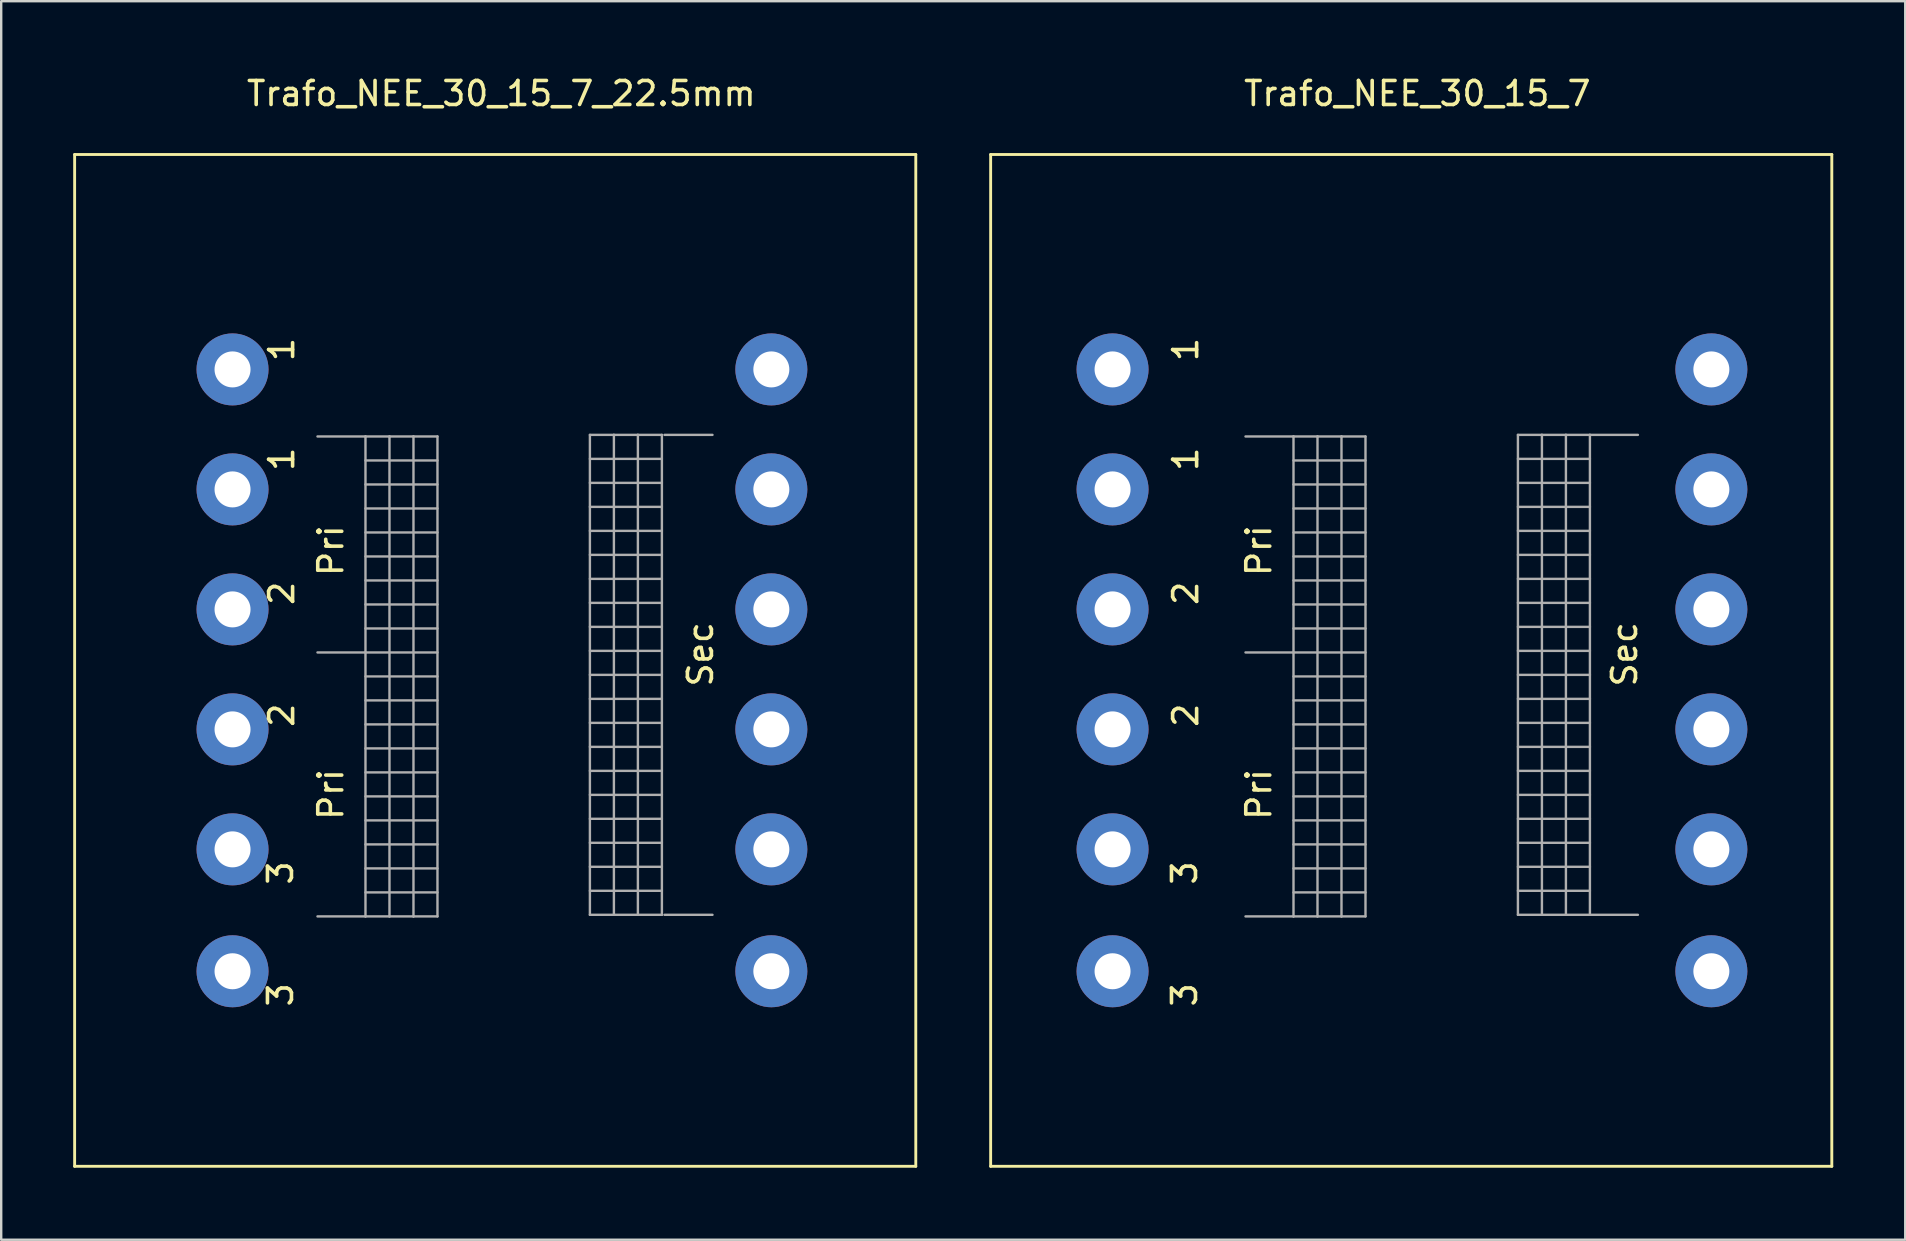
<source format=kicad_pcb>
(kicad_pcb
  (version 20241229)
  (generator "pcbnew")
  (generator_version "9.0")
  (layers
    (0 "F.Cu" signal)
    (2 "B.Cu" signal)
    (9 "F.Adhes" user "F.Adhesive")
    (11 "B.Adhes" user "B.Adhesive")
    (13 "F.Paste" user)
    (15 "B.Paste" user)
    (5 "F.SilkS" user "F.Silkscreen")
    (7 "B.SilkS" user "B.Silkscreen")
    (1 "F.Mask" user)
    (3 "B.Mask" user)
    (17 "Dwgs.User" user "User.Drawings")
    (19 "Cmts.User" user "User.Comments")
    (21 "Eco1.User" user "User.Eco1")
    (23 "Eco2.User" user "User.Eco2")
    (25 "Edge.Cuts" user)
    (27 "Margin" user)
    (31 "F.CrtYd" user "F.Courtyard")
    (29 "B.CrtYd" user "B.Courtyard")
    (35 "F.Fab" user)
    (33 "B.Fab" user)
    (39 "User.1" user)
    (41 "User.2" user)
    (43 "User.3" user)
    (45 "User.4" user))
  (footprint "Trafo_NEE_30_15_7"
    (layer "F.Cu")
    (at 43.312 37.424)
    (property "Reference" "Trafo_NEE_30_15_7" (at 12.7 -36.576 0) (layer "F.SilkS") (effects (font (size 1 1) (thickness 0.15))))
    (attr through_hole)
    (fp_line (start -5.08 -34.036) (end -5.08 8.128) (stroke (width 0.12) (type solid)) (layer "F.SilkS"))
    (fp_line (start -5.08 8.128) (end 29.972 8.128) (stroke (width 0.12) (type solid)) (layer "F.SilkS"))
    (fp_line (start 29.972 -34.036) (end -5.08 -34.036) (stroke (width 0.12) (type solid)) (layer "F.SilkS"))
    (fp_line (start 29.972 8.128) (end 29.972 -34.036) (stroke (width 0.12) (type solid)) (layer "F.SilkS"))
    (fp_line (start 5.54 -22.286) (end 7.54 -22.286) (stroke (width 0.1) (type solid)) (layer "F.Fab"))
    (fp_line (start 5.54 -13.286) (end 7.54 -13.286) (stroke (width 0.1) (type solid)) (layer "F.Fab"))
    (fp_line (start 7.54 -22.286) (end 7.54 -2.286) (stroke (width 0.1) (type solid)) (layer "F.Fab"))
    (fp_line (start 7.54 -22.286) (end 8.54 -22.286) (stroke (width 0.1) (type solid)) (layer "F.Fab"))
    (fp_line (start 7.54 -21.286) (end 10.54 -21.286) (stroke (width 0.1) (type solid)) (layer "F.Fab"))
    (fp_line (start 7.54 -19.286) (end 10.54 -19.286) (stroke (width 0.1) (type solid)) (layer "F.Fab"))
    (fp_line (start 7.54 -17.286) (end 10.54 -17.286) (stroke (width 0.1) (type solid)) (layer "F.Fab"))
    (fp_line (start 7.54 -15.286) (end 10.54 -15.286) (stroke (width 0.1) (type solid)) (layer "F.Fab"))
    (fp_line (start 7.54 -13.286) (end 10.54 -13.286) (stroke (width 0.1) (type solid)) (layer "F.Fab"))
    (fp_line (start 7.54 -11.286) (end 10.54 -11.286) (stroke (width 0.1) (type solid)) (layer "F.Fab"))
    (fp_line (start 7.54 -9.286) (end 10.54 -9.286) (stroke (width 0.1) (type solid)) (layer "F.Fab"))
    (fp_line (start 7.54 -7.286) (end 10.54 -7.286) (stroke (width 0.1) (type solid)) (layer "F.Fab"))
    (fp_line (start 7.54 -5.286) (end 10.54 -5.286) (stroke (width 0.1) (type solid)) (layer "F.Fab"))
    (fp_line (start 7.54 -3.286) (end 10.54 -3.286) (stroke (width 0.1) (type solid)) (layer "F.Fab"))
    (fp_line (start 7.54 -2.286) (end 5.54 -2.286) (stroke (width 0.1) (type solid)) (layer "F.Fab"))
    (fp_line (start 8.54 -22.286) (end 8.54 -2.286) (stroke (width 0.1) (type solid)) (layer "F.Fab"))
    (fp_line (start 8.54 -22.286) (end 9.54 -22.286) (stroke (width 0.1) (type solid)) (layer "F.Fab"))
    (fp_line (start 8.54 -2.286) (end 7.54 -2.286) (stroke (width 0.1) (type solid)) (layer "F.Fab"))
    (fp_line (start 9.54 -22.286) (end 9.54 -2.286) (stroke (width 0.1) (type solid)) (layer "F.Fab"))
    (fp_line (start 9.54 -22.286) (end 10.54 -22.286) (stroke (width 0.1) (type solid)) (layer "F.Fab"))
    (fp_line (start 9.54 -2.286) (end 8.54 -2.286) (stroke (width 0.1) (type solid)) (layer "F.Fab"))
    (fp_line (start 10.54 -22.286) (end 10.54 -2.286) (stroke (width 0.1) (type solid)) (layer "F.Fab"))
    (fp_line (start 10.54 -20.286) (end 7.54 -20.286) (stroke (width 0.1) (type solid)) (layer "F.Fab"))
    (fp_line (start 10.54 -18.286) (end 7.54 -18.286) (stroke (width 0.1) (type solid)) (layer "F.Fab"))
    (fp_line (start 10.54 -16.286) (end 7.54 -16.286) (stroke (width 0.1) (type solid)) (layer "F.Fab"))
    (fp_line (start 10.54 -14.286) (end 7.54 -14.286) (stroke (width 0.1) (type solid)) (layer "F.Fab"))
    (fp_line (start 10.54 -12.286) (end 7.54 -12.286) (stroke (width 0.1) (type solid)) (layer "F.Fab"))
    (fp_line (start 10.54 -10.286) (end 7.54 -10.286) (stroke (width 0.1) (type solid)) (layer "F.Fab"))
    (fp_line (start 10.54 -8.286) (end 7.54 -8.286) (stroke (width 0.1) (type solid)) (layer "F.Fab"))
    (fp_line (start 10.54 -6.286) (end 7.54 -6.286) (stroke (width 0.1) (type solid)) (layer "F.Fab"))
    (fp_line (start 10.54 -4.286) (end 7.54 -4.286) (stroke (width 0.1) (type solid)) (layer "F.Fab"))
    (fp_line (start 10.54 -2.286) (end 9.54 -2.286) (stroke (width 0.1) (type solid)) (layer "F.Fab"))
    (fp_line (start 16.892 -22.352) (end 17.892 -22.352) (stroke (width 0.1) (type solid)) (layer "F.Fab"))
    (fp_line (start 16.892 -20.352) (end 19.892 -20.352) (stroke (width 0.1) (type solid)) (layer "F.Fab"))
    (fp_line (start 16.892 -18.352) (end 19.892 -18.352) (stroke (width 0.1) (type solid)) (layer "F.Fab"))
    (fp_line (start 16.892 -16.352) (end 19.892 -16.352) (stroke (width 0.1) (type solid)) (layer "F.Fab"))
    (fp_line (start 16.892 -14.352) (end 19.892 -14.352) (stroke (width 0.1) (type solid)) (layer "F.Fab"))
    (fp_line (start 16.892 -12.352) (end 19.892 -12.352) (stroke (width 0.1) (type solid)) (layer "F.Fab"))
    (fp_line (start 16.892 -10.352) (end 19.892 -10.352) (stroke (width 0.1) (type solid)) (layer "F.Fab"))
    (fp_line (start 16.892 -8.352) (end 19.892 -8.352) (stroke (width 0.1) (type solid)) (layer "F.Fab"))
    (fp_line (start 16.892 -6.352) (end 19.892 -6.352) (stroke (width 0.1) (type solid)) (layer "F.Fab"))
    (fp_line (start 16.892 -4.352) (end 19.892 -4.352) (stroke (width 0.1) (type solid)) (layer "F.Fab"))
    (fp_line (start 16.892 -2.352) (end 16.892 -22.352) (stroke (width 0.1) (type solid)) (layer "F.Fab"))
    (fp_line (start 17.892 -22.352) (end 18.892 -22.352) (stroke (width 0.1) (type solid)) (layer "F.Fab"))
    (fp_line (start 17.892 -2.352) (end 16.892 -2.352) (stroke (width 0.1) (type solid)) (layer "F.Fab"))
    (fp_line (start 17.892 -2.352) (end 17.892 -22.352) (stroke (width 0.1) (type solid)) (layer "F.Fab"))
    (fp_line (start 18.892 -22.352) (end 19.892 -22.352) (stroke (width 0.1) (type solid)) (layer "F.Fab"))
    (fp_line (start 18.892 -2.352) (end 17.892 -2.352) (stroke (width 0.1) (type solid)) (layer "F.Fab"))
    (fp_line (start 18.892 -2.352) (end 18.892 -22.352) (stroke (width 0.1) (type solid)) (layer "F.Fab"))
    (fp_line (start 19.892 -22.352) (end 21.892 -22.352) (stroke (width 0.1) (type solid)) (layer "F.Fab"))
    (fp_line (start 19.892 -21.352) (end 16.892 -21.352) (stroke (width 0.1) (type solid)) (layer "F.Fab"))
    (fp_line (start 19.892 -19.352) (end 16.892 -19.352) (stroke (width 0.1) (type solid)) (layer "F.Fab"))
    (fp_line (start 19.892 -17.352) (end 16.892 -17.352) (stroke (width 0.1) (type solid)) (layer "F.Fab"))
    (fp_line (start 19.892 -15.352) (end 16.892 -15.352) (stroke (width 0.1) (type solid)) (layer "F.Fab"))
    (fp_line (start 19.892 -13.352) (end 16.892 -13.352) (stroke (width 0.1) (type solid)) (layer "F.Fab"))
    (fp_line (start 19.892 -11.352) (end 16.892 -11.352) (stroke (width 0.1) (type solid)) (layer "F.Fab"))
    (fp_line (start 19.892 -9.352) (end 16.892 -9.352) (stroke (width 0.1) (type solid)) (layer "F.Fab"))
    (fp_line (start 19.892 -7.352) (end 16.892 -7.352) (stroke (width 0.1) (type solid)) (layer "F.Fab"))
    (fp_line (start 19.892 -5.352) (end 16.892 -5.352) (stroke (width 0.1) (type solid)) (layer "F.Fab"))
    (fp_line (start 19.892 -3.352) (end 16.892 -3.352) (stroke (width 0.1) (type solid)) (layer "F.Fab"))
    (fp_line (start 19.892 -2.352) (end 18.892 -2.352) (stroke (width 0.1) (type solid)) (layer "F.Fab"))
    (fp_line (start 19.892 -2.352) (end 19.892 -22.352) (stroke (width 0.1) (type solid)) (layer "F.Fab"))
    (fp_line (start 21.892 -2.352) (end 19.892 -2.352) (stroke (width 0.1) (type solid)) (layer "F.Fab"))
    (fp_text user "3" (at 3 0.984 90) (layer "F.SilkS") (effects (font (size 1 1) (thickness 0.15))))
    (fp_text user "1" (at 3.048 -25.908 90) (layer "F.SilkS") (effects (font (size 1 1) (thickness 0.15))))
    (fp_text user "1" (at 3.048 -21.336 90) (layer "F.SilkS") (effects (font (size 1 1) (thickness 0.15))))
    (fp_text user "3" (at 3 -4.096 90) (layer "F.SilkS") (effects (font (size 1 1) (thickness 0.15))))
    (fp_text user "2" (at 3.048 -10.668 90) (layer "F.SilkS") (effects (font (size 1 1) (thickness 0.15))))
    (fp_text user "Pri" (at 6.096 -17.526 90) (layer "F.SilkS") (effects (font (size 1 1) (thickness 0.15))))
    (fp_text user "2" (at 3.048 -15.748 90) (layer "F.SilkS") (effects (font (size 1 1) (thickness 0.15))))
    (fp_text user "Pri" (at 6.096 -7.366 90) (layer "F.SilkS") (effects (font (size 1 1) (thickness 0.15))))
    (fp_text user "Sec" (at 21.336 -13.208 90) (layer "F.SilkS") (effects (font (size 1 1) (thickness 0.15))))
    (pad "1" thru_hole circle (at 0 -25.08) (size 3 3) (drill 1.5) (layers "*.Cu" "*.Mask"))
    (pad "1" thru_hole circle (at 0 -20.08) (size 3 3) (drill 1.5) (layers "*.Cu" "*.Mask"))
    (pad "2" thru_hole circle (at 0 -15.08) (size 3 3) (drill 1.5) (layers "*.Cu" "*.Mask"))
    (pad "2" thru_hole circle (at 0 -10.08) (size 3 3) (drill 1.5) (layers "*.Cu" "*.Mask"))
    (pad "3" thru_hole circle (at 0 -5.08) (size 3 3) (drill 1.5) (layers "*.Cu" "*.Mask"))
    (pad "3" thru_hole circle (at 0 0) (size 3 3) (drill 1.5) (layers "*.Cu" "*.Mask"))
    (pad "4" thru_hole circle (at 24.953 0) (size 3 3) (drill 1.5) (layers "*.Cu" "*.Mask"))
    (pad "5" thru_hole circle (at 24.953 -25.08) (size 3 3) (drill 1.5) (layers "*.Cu" "*.Mask"))
    (pad "~" thru_hole circle (at 24.953 -20.08) (size 3 3) (drill 1.5) (layers "*.Cu" "*.Mask"))
    (pad "~" thru_hole circle (at 24.953 -15.08) (size 3 3) (drill 1.5) (layers "*.Cu" "*.Mask"))
    (pad "~" thru_hole circle (at 24.953 -10.08) (size 3 3) (drill 1.5) (layers "*.Cu" "*.Mask"))
    (pad "~" thru_hole circle (at 24.953 -5.08) (size 3 3) (drill 1.5) (layers "*.Cu" "*.Mask")))
  (footprint "Trafo_NEE_30_15_7_22.5mm"
    (layer "F.Cu")
    (at 5.14 37.424)
    (property "Reference" "Trafo_NEE_30_15_7_22.5mm" (at 12.7 -36.576 0) (layer "F.SilkS") (effects (font (size 1 1) (thickness 0.15))))
    (attr through_hole)
    (fp_line (start -5.08 -34.036) (end -5.08 8.128) (stroke (width 0.12) (type solid)) (layer "F.SilkS"))
    (fp_line (start -5.08 8.128) (end 29.972 8.128) (stroke (width 0.12) (type solid)) (layer "F.SilkS"))
    (fp_line (start 29.972 -34.036) (end -5.08 -34.036) (stroke (width 0.12) (type solid)) (layer "F.SilkS"))
    (fp_line (start 29.972 8.128) (end 29.972 -34.036) (stroke (width 0.12) (type solid)) (layer "F.SilkS"))
    (fp_line (start 5.04 -22.286) (end 7.04 -22.286) (stroke (width 0.1) (type solid)) (layer "F.Fab"))
    (fp_line (start 5.04 -13.286) (end 7.04 -13.286) (stroke (width 0.1) (type solid)) (layer "F.Fab"))
    (fp_line (start 7.04 -22.286) (end 7.04 -2.286) (stroke (width 0.1) (type solid)) (layer "F.Fab"))
    (fp_line (start 7.04 -22.286) (end 8.04 -22.286) (stroke (width 0.1) (type solid)) (layer "F.Fab"))
    (fp_line (start 7.04 -21.286) (end 10.04 -21.286) (stroke (width 0.1) (type solid)) (layer "F.Fab"))
    (fp_line (start 7.04 -19.286) (end 10.04 -19.286) (stroke (width 0.1) (type solid)) (layer "F.Fab"))
    (fp_line (start 7.04 -17.286) (end 10.04 -17.286) (stroke (width 0.1) (type solid)) (layer "F.Fab"))
    (fp_line (start 7.04 -15.286) (end 10.04 -15.286) (stroke (width 0.1) (type solid)) (layer "F.Fab"))
    (fp_line (start 7.04 -13.286) (end 10.04 -13.286) (stroke (width 0.1) (type solid)) (layer "F.Fab"))
    (fp_line (start 7.04 -11.286) (end 10.04 -11.286) (stroke (width 0.1) (type solid)) (layer "F.Fab"))
    (fp_line (start 7.04 -9.286) (end 10.04 -9.286) (stroke (width 0.1) (type solid)) (layer "F.Fab"))
    (fp_line (start 7.04 -7.286) (end 10.04 -7.286) (stroke (width 0.1) (type solid)) (layer "F.Fab"))
    (fp_line (start 7.04 -5.286) (end 10.04 -5.286) (stroke (width 0.1) (type solid)) (layer "F.Fab"))
    (fp_line (start 7.04 -3.286) (end 10.04 -3.286) (stroke (width 0.1) (type solid)) (layer "F.Fab"))
    (fp_line (start 7.04 -2.286) (end 5.04 -2.286) (stroke (width 0.1) (type solid)) (layer "F.Fab"))
    (fp_line (start 8.04 -22.286) (end 8.04 -2.286) (stroke (width 0.1) (type solid)) (layer "F.Fab"))
    (fp_line (start 8.04 -22.286) (end 9.04 -22.286) (stroke (width 0.1) (type solid)) (layer "F.Fab"))
    (fp_line (start 8.04 -2.286) (end 7.04 -2.286) (stroke (width 0.1) (type solid)) (layer "F.Fab"))
    (fp_line (start 9.04 -22.286) (end 9.04 -2.286) (stroke (width 0.1) (type solid)) (layer "F.Fab"))
    (fp_line (start 9.04 -22.286) (end 10.04 -22.286) (stroke (width 0.1) (type solid)) (layer "F.Fab"))
    (fp_line (start 9.04 -2.286) (end 8.04 -2.286) (stroke (width 0.1) (type solid)) (layer "F.Fab"))
    (fp_line (start 10.04 -22.286) (end 10.04 -2.286) (stroke (width 0.1) (type solid)) (layer "F.Fab"))
    (fp_line (start 10.04 -20.286) (end 7.04 -20.286) (stroke (width 0.1) (type solid)) (layer "F.Fab"))
    (fp_line (start 10.04 -18.286) (end 7.04 -18.286) (stroke (width 0.1) (type solid)) (layer "F.Fab"))
    (fp_line (start 10.04 -16.286) (end 7.04 -16.286) (stroke (width 0.1) (type solid)) (layer "F.Fab"))
    (fp_line (start 10.04 -14.286) (end 7.04 -14.286) (stroke (width 0.1) (type solid)) (layer "F.Fab"))
    (fp_line (start 10.04 -12.286) (end 7.04 -12.286) (stroke (width 0.1) (type solid)) (layer "F.Fab"))
    (fp_line (start 10.04 -10.286) (end 7.04 -10.286) (stroke (width 0.1) (type solid)) (layer "F.Fab"))
    (fp_line (start 10.04 -8.286) (end 7.04 -8.286) (stroke (width 0.1) (type solid)) (layer "F.Fab"))
    (fp_line (start 10.04 -6.286) (end 7.04 -6.286) (stroke (width 0.1) (type solid)) (layer "F.Fab"))
    (fp_line (start 10.04 -4.286) (end 7.04 -4.286) (stroke (width 0.1) (type solid)) (layer "F.Fab"))
    (fp_line (start 10.04 -2.286) (end 9.04 -2.286) (stroke (width 0.1) (type solid)) (layer "F.Fab"))
    (fp_line (start 16.392 -22.352) (end 17.392 -22.352) (stroke (width 0.1) (type solid)) (layer "F.Fab"))
    (fp_line (start 16.392 -20.352) (end 19.392 -20.352) (stroke (width 0.1) (type solid)) (layer "F.Fab"))
    (fp_line (start 16.392 -18.352) (end 19.392 -18.352) (stroke (width 0.1) (type solid)) (layer "F.Fab"))
    (fp_line (start 16.392 -16.352) (end 19.392 -16.352) (stroke (width 0.1) (type solid)) (layer "F.Fab"))
    (fp_line (start 16.392 -14.352) (end 19.392 -14.352) (stroke (width 0.1) (type solid)) (layer "F.Fab"))
    (fp_line (start 16.392 -12.352) (end 19.392 -12.352) (stroke (width 0.1) (type solid)) (layer "F.Fab"))
    (fp_line (start 16.392 -10.352) (end 19.392 -10.352) (stroke (width 0.1) (type solid)) (layer "F.Fab"))
    (fp_line (start 16.392 -8.352) (end 19.392 -8.352) (stroke (width 0.1) (type solid)) (layer "F.Fab"))
    (fp_line (start 16.392 -6.352) (end 19.392 -6.352) (stroke (width 0.1) (type solid)) (layer "F.Fab"))
    (fp_line (start 16.392 -4.352) (end 19.392 -4.352) (stroke (width 0.1) (type solid)) (layer "F.Fab"))
    (fp_line (start 16.392 -2.352) (end 16.392 -22.352) (stroke (width 0.1) (type solid)) (layer "F.Fab"))
    (fp_line (start 17.392 -22.352) (end 18.392 -22.352) (stroke (width 0.1) (type solid)) (layer "F.Fab"))
    (fp_line (start 17.392 -2.352) (end 16.392 -2.352) (stroke (width 0.1) (type solid)) (layer "F.Fab"))
    (fp_line (start 17.392 -2.352) (end 17.392 -22.352) (stroke (width 0.1) (type solid)) (layer "F.Fab"))
    (fp_line (start 18.392 -22.352) (end 19.392 -22.352) (stroke (width 0.1) (type solid)) (layer "F.Fab"))
    (fp_line (start 18.392 -2.352) (end 17.392 -2.352) (stroke (width 0.1) (type solid)) (layer "F.Fab"))
    (fp_line (start 18.392 -2.352) (end 18.392 -22.352) (stroke (width 0.1) (type solid)) (layer "F.Fab"))
    (fp_line (start 19.392 -21.352) (end 16.392 -21.352) (stroke (width 0.1) (type solid)) (layer "F.Fab"))
    (fp_line (start 19.392 -19.352) (end 16.392 -19.352) (stroke (width 0.1) (type solid)) (layer "F.Fab"))
    (fp_line (start 19.392 -17.352) (end 16.392 -17.352) (stroke (width 0.1) (type solid)) (layer "F.Fab"))
    (fp_line (start 19.392 -15.352) (end 16.392 -15.352) (stroke (width 0.1) (type solid)) (layer "F.Fab"))
    (fp_line (start 19.392 -13.352) (end 16.392 -13.352) (stroke (width 0.1) (type solid)) (layer "F.Fab"))
    (fp_line (start 19.392 -11.352) (end 16.392 -11.352) (stroke (width 0.1) (type solid)) (layer "F.Fab"))
    (fp_line (start 19.392 -9.352) (end 16.392 -9.352) (stroke (width 0.1) (type solid)) (layer "F.Fab"))
    (fp_line (start 19.392 -7.352) (end 16.392 -7.352) (stroke (width 0.1) (type solid)) (layer "F.Fab"))
    (fp_line (start 19.392 -5.352) (end 16.392 -5.352) (stroke (width 0.1) (type solid)) (layer "F.Fab"))
    (fp_line (start 19.392 -3.352) (end 16.392 -3.352) (stroke (width 0.1) (type solid)) (layer "F.Fab"))
    (fp_line (start 19.392 -2.352) (end 18.392 -2.352) (stroke (width 0.1) (type solid)) (layer "F.Fab"))
    (fp_line (start 19.392 -2.352) (end 19.392 -22.352) (stroke (width 0.1) (type solid)) (layer "F.Fab"))
    (fp_line (start 19.5 -22.352) (end 21.5 -22.352) (stroke (width 0.1) (type solid)) (layer "F.Fab"))
    (fp_line (start 21.5 -2.352) (end 19.5 -2.352) (stroke (width 0.1) (type solid)) (layer "F.Fab"))
    (fp_text user "Pri" (at 5.596 -7.366 90) (layer "F.SilkS") (effects (font (size 1 1) (thickness 0.15))))
    (fp_text user "1" (at 3.548 -21.336 90) (layer "F.SilkS") (effects (font (size 1 1) (thickness 0.15))))
    (fp_text user "2" (at 3.548 -10.668 90) (layer "F.SilkS") (effects (font (size 1 1) (thickness 0.15))))
    (fp_text user "Sec" (at 21 -13.208 90) (layer "F.SilkS") (effects (font (size 1 1) (thickness 0.15))))
    (fp_text user "Pri" (at 5.596 -17.526 90) (layer "F.SilkS") (effects (font (size 1 1) (thickness 0.15))))
    (fp_text user "2" (at 3.548 -15.748 90) (layer "F.SilkS") (effects (font (size 1 1) (thickness 0.15))))
    (fp_text user "3" (at 3.5 -4.096 90) (layer "F.SilkS") (effects (font (size 1 1) (thickness 0.15))))
    (fp_text user "1" (at 3.548 -25.908 90) (layer "F.SilkS") (effects (font (size 1 1) (thickness 0.15))))
    (fp_text user "3" (at 3.5 0.984 90) (layer "F.SilkS") (effects (font (size 1 1) (thickness 0.15))))
    (pad "1" thru_hole circle (at 1.5 -25.08) (size 3 3) (drill 1.5) (layers "*.Cu" "*.Mask"))
    (pad "1" thru_hole circle (at 1.5 -20.08) (size 3 3) (drill 1.5) (layers "*.Cu" "*.Mask"))
    (pad "2" thru_hole circle (at 1.5 -15.08) (size 3 3) (drill 1.5) (layers "*.Cu" "*.Mask"))
    (pad "2" thru_hole circle (at 1.5 -10.08) (size 3 3) (drill 1.5) (layers "*.Cu" "*.Mask"))
    (pad "3" thru_hole circle (at 1.5 -5.08) (size 3 3) (drill 1.5) (layers "*.Cu" "*.Mask"))
    (pad "3" thru_hole circle (at 1.5 0) (size 3 3) (drill 1.5) (layers "*.Cu" "*.Mask"))
    (pad "4" thru_hole circle (at 23.953 0) (size 3 3) (drill 1.5) (layers "*.Cu" "*.Mask"))
    (pad "5" thru_hole circle (at 23.953 -25.08) (size 3 3) (drill 1.5) (layers "*.Cu" "*.Mask"))
    (pad "~" thru_hole circle (at 23.953 -20.08) (size 3 3) (drill 1.5) (layers "*.Cu" "*.Mask"))
    (pad "~" thru_hole circle (at 23.953 -15.08) (size 3 3) (drill 1.5) (layers "*.Cu" "*.Mask"))
    (pad "~" thru_hole circle (at 23.953 -10.08) (size 3 3) (drill 1.5) (layers "*.Cu" "*.Mask"))
    (pad "~" thru_hole circle (at 23.953 -5.08) (size 3 3) (drill 1.5) (layers "*.Cu" "*.Mask")))
  (gr_rect
    (start -3 -3)
    (end 76.344 48.612)
    (stroke (width 0.1) (type default))
    (fill no)
    (layer "Edge.Cuts")))
</source>
